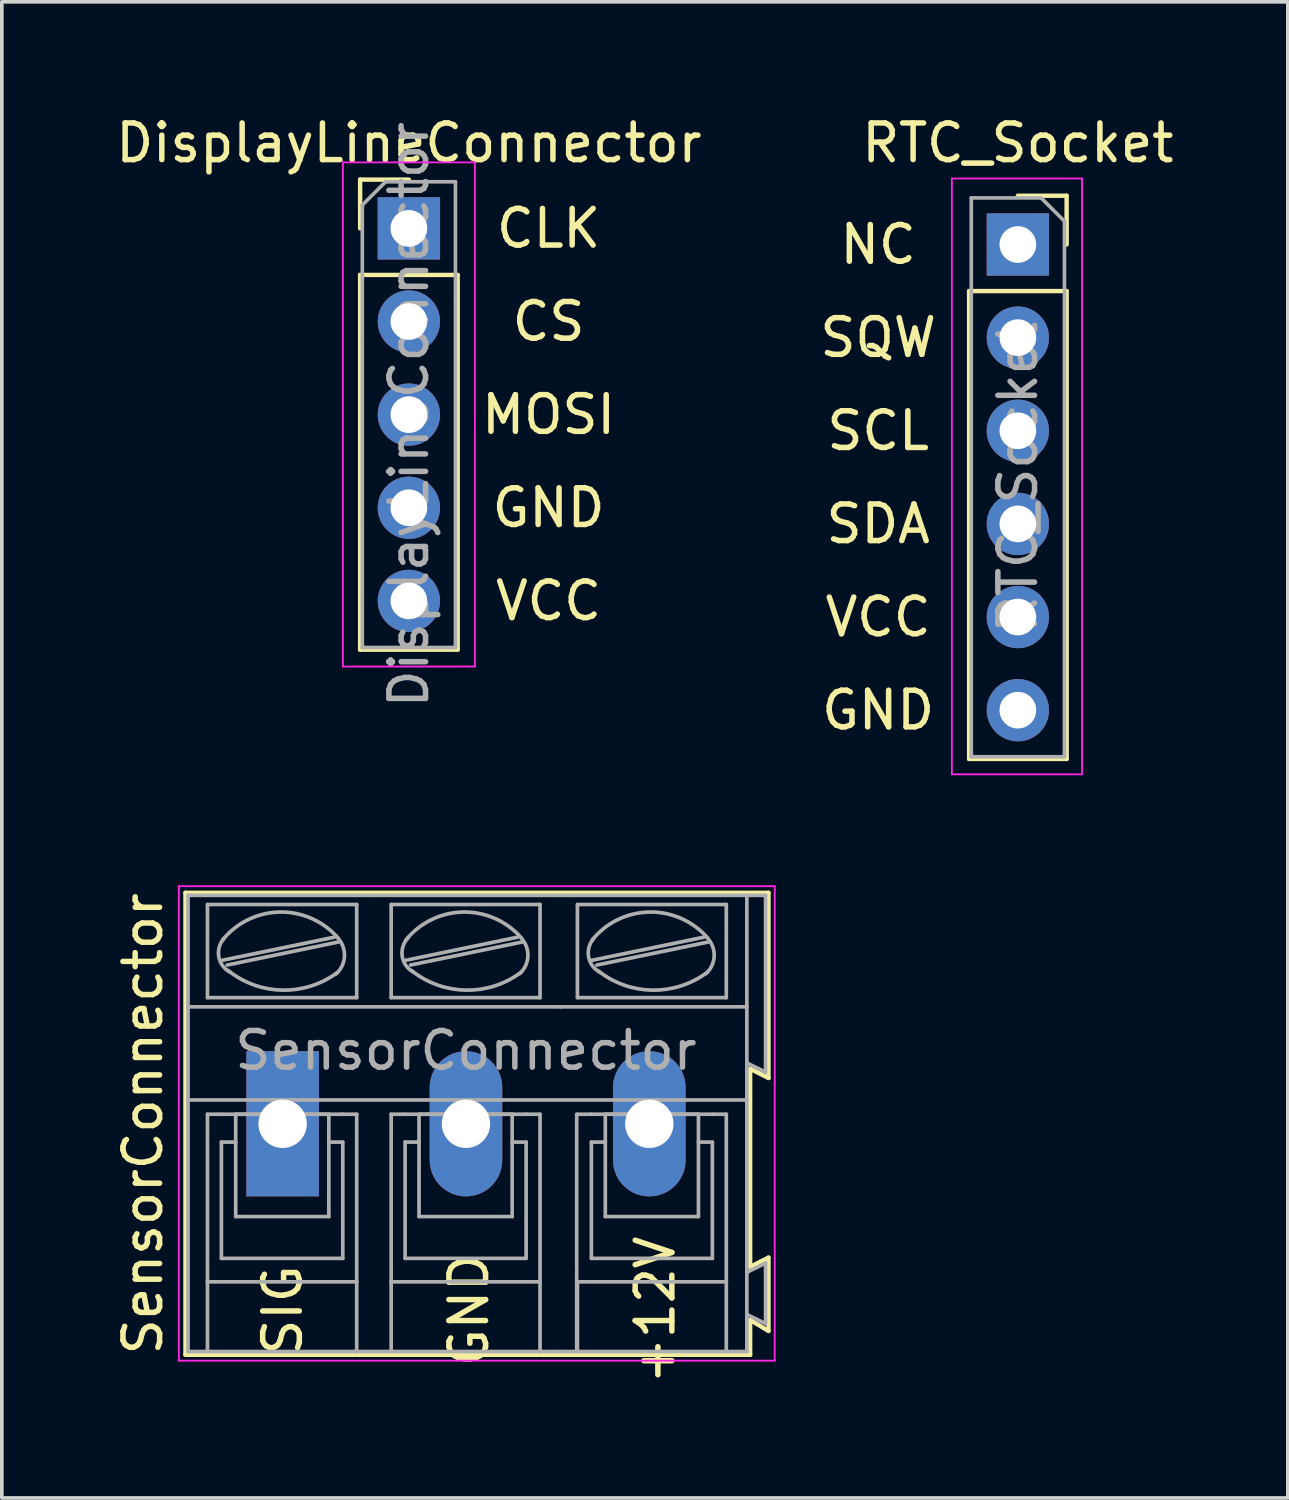
<source format=kicad_pcb>
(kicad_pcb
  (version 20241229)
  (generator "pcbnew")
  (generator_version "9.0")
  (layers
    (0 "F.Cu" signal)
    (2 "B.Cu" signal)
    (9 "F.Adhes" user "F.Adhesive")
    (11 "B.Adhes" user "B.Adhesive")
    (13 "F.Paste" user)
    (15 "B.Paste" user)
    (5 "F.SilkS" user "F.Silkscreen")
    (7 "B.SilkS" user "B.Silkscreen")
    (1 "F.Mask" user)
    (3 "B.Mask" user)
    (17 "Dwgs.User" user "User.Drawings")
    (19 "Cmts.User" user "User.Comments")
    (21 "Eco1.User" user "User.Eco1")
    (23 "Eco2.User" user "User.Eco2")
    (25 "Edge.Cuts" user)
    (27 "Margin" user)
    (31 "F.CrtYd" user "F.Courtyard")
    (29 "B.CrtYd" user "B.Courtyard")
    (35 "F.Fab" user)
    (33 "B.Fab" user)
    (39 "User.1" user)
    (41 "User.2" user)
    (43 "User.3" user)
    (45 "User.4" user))
  (footprint "DisplayLineConnector"
    (layer "F.Cu")
    (at 8.101 3.178)
    (property "Reference" "DisplayLineConnector" (at 0 -2.33 0) (layer "F.SilkS") (effects (font (size 1 1) (thickness 0.15))))
    (attr through_hole)
    (fp_line (start -1.33 -1.33) (end 0 -1.33) (stroke (width 0.12) (type solid)) (layer "F.SilkS"))
    (fp_line (start -1.33 0) (end -1.33 -1.33) (stroke (width 0.12) (type solid)) (layer "F.SilkS"))
    (fp_line (start -1.33 1.27) (end -1.33 11.49) (stroke (width 0.12) (type solid)) (layer "F.SilkS"))
    (fp_line (start -1.33 1.27) (end 1.33 1.27) (stroke (width 0.12) (type solid)) (layer "F.SilkS"))
    (fp_line (start -1.33 11.49) (end 1.33 11.49) (stroke (width 0.12) (type solid)) (layer "F.SilkS"))
    (fp_line (start 1.33 1.27) (end 1.33 11.49) (stroke (width 0.12) (type solid)) (layer "F.SilkS"))
    (fp_line (start -1.8 -1.8) (end -1.8 11.95) (stroke (width 0.05) (type solid)) (layer "F.CrtYd"))
    (fp_line (start -1.8 11.95) (end 1.8 11.95) (stroke (width 0.05) (type solid)) (layer "F.CrtYd"))
    (fp_line (start 1.8 -1.8) (end -1.8 -1.8) (stroke (width 0.05) (type solid)) (layer "F.CrtYd"))
    (fp_line (start 1.8 11.95) (end 1.8 -1.8) (stroke (width 0.05) (type solid)) (layer "F.CrtYd"))
    (fp_line (start -1.27 -0.635) (end -0.635 -1.27) (stroke (width 0.1) (type solid)) (layer "F.Fab"))
    (fp_line (start -1.27 11.43) (end -1.27 -0.635) (stroke (width 0.1) (type solid)) (layer "F.Fab"))
    (fp_line (start -0.635 -1.27) (end 1.27 -1.27) (stroke (width 0.1) (type solid)) (layer "F.Fab"))
    (fp_line (start 1.27 -1.27) (end 1.27 11.43) (stroke (width 0.1) (type solid)) (layer "F.Fab"))
    (fp_line (start 1.27 11.43) (end -1.27 11.43) (stroke (width 0.1) (type solid)) (layer "F.Fab"))
    (fp_text user "CLK" (at 3.81 0 0) (layer "F.SilkS") (effects (font (size 1 1) (thickness 0.15))))
    (fp_text user "MOSI" (at 3.81 5.08 0) (layer "F.SilkS") (effects (font (size 1 1) (thickness 0.15))))
    (fp_text user "VCC" (at 3.81 10.16 0) (layer "F.SilkS") (effects (font (size 1 1) (thickness 0.15))))
    (fp_text user "GND" (at 3.81 7.62 0) (layer "F.SilkS") (effects (font (size 1 1) (thickness 0.15))))
    (fp_text user "CS" (at 3.81 2.54 0) (layer "F.SilkS") (effects (font (size 1 1) (thickness 0.15))))
    (fp_text user "${REFERENCE}" (at 0 5.08 90) (layer "F.Fab") (effects (font (size 1 1) (thickness 0.15))))
    (pad "1" thru_hole rect (at 0 0) (size 1.7 1.7) (drill 1) (layers "*.Cu" "*.Mask"))
    (pad "2" thru_hole oval (at 0 2.54) (size 1.7 1.7) (drill 1) (layers "*.Cu" "*.Mask"))
    (pad "3" thru_hole oval (at 0 5.08) (size 1.7 1.7) (drill 1) (layers "*.Cu" "*.Mask"))
    (pad "4" thru_hole oval (at 0 7.62) (size 1.7 1.7) (drill 1) (layers "*.Cu" "*.Mask"))
    (pad "5" thru_hole oval (at 0 10.16) (size 1.7 1.7) (drill 1) (layers "*.Cu" "*.Mask")))
  (footprint "SensorConnector"
    (layer "F.Cu")
    (at 4.658 27.598)
    (property "Reference" "SensorConnector" (at -3.81 0 90) (layer "F.SilkS") (effects (font (size 1 1) (thickness 0.15))))
    (attr through_hole)
    (fp_line (start -2.65 -6.3) (end -2.65 6.3) (stroke (width 0.12) (type solid)) (layer "F.SilkS"))
    (fp_line (start -2.65 6.3) (end 12.75 6.3) (stroke (width 0.12) (type solid)) (layer "F.SilkS"))
    (fp_line (start 12.75 -1.5) (end 13.25 -1.25) (stroke (width 0.12) (type solid)) (layer "F.SilkS"))
    (fp_line (start 12.75 3.9) (end 12.75 -1.5) (stroke (width 0.12) (type solid)) (layer "F.SilkS"))
    (fp_line (start 12.75 5.35) (end 13.25 5.65) (stroke (width 0.12) (type solid)) (layer "F.SilkS"))
    (fp_line (start 12.75 6.3) (end 12.75 5.35) (stroke (width 0.12) (type solid)) (layer "F.SilkS"))
    (fp_line (start 13.25 -6.3) (end -2.65 -6.3) (stroke (width 0.12) (type solid)) (layer "F.SilkS"))
    (fp_line (start 13.25 -1.25) (end 13.25 -6.3) (stroke (width 0.12) (type solid)) (layer "F.SilkS"))
    (fp_line (start 13.25 3.65) (end 12.75 3.9) (stroke (width 0.12) (type solid)) (layer "F.SilkS"))
    (fp_line (start 13.25 5.65) (end 13.25 3.65) (stroke (width 0.12) (type solid)) (layer "F.SilkS"))
    (fp_line (start -2.83 -6.48) (end -2.83 6.46) (stroke (width 0.05) (type solid)) (layer "F.CrtYd"))
    (fp_line (start -2.83 -6.48) (end 13.42 -6.48) (stroke (width 0.05) (type solid)) (layer "F.CrtYd"))
    (fp_line (start 13.42 6.46) (end -2.83 6.46) (stroke (width 0.05) (type solid)) (layer "F.CrtYd"))
    (fp_line (start 13.42 6.46) (end 13.42 -6.48) (stroke (width 0.05) (type solid)) (layer "F.CrtYd"))
    (fp_line (start -2.58 -6.23) (end 12.66 -6.23) (stroke (width 0.1) (type solid)) (layer "F.Fab"))
    (fp_line (start -2.58 -3.19) (end -2.58 -6.23) (stroke (width 0.1) (type solid)) (layer "F.Fab"))
    (fp_line (start -2.58 -3.19) (end 7.58 -3.19) (stroke (width 0.1) (type solid)) (layer "F.Fab"))
    (fp_line (start -2.58 -0.65) (end -2.58 -3.19) (stroke (width 0.1) (type solid)) (layer "F.Fab"))
    (fp_line (start -2.58 6.21) (end -2.58 -0.65) (stroke (width 0.1) (type solid)) (layer "F.Fab"))
    (fp_line (start -2.58 6.21) (end -2.05 6.21) (stroke (width 0.1) (type solid)) (layer "F.Fab"))
    (fp_line (start -2.05 -3.44) (end -2.05 -5.98) (stroke (width 0.1) (type solid)) (layer "F.Fab"))
    (fp_line (start -2.05 -0.26) (end -2.05 4.31) (stroke (width 0.1) (type solid)) (layer "F.Fab"))
    (fp_line (start -2.05 -0.26) (end -1.67 -0.26) (stroke (width 0.1) (type solid)) (layer "F.Fab"))
    (fp_line (start -2.05 4.31) (end -2.05 6.21) (stroke (width 0.1) (type solid)) (layer "F.Fab"))
    (fp_line (start -2.05 6.21) (end 2.02 6.21) (stroke (width 0.1) (type solid)) (layer "F.Fab"))
    (fp_line (start -1.67 0.5) (end -1.28 0.5) (stroke (width 0.1) (type solid)) (layer "F.Fab"))
    (fp_line (start -1.67 3.67) (end -1.67 0.5) (stroke (width 0.1) (type solid)) (layer "F.Fab"))
    (fp_line (start -1.64 -4.46) (end 1.41 -5.09) (stroke (width 0.1) (type solid)) (layer "F.Fab"))
    (fp_line (start -1.51 -4.33) (end 1.53 -4.96) (stroke (width 0.1) (type solid)) (layer "F.Fab"))
    (fp_line (start -1.28 -0.26) (end 1.26 -0.26) (stroke (width 0.1) (type solid)) (layer "F.Fab"))
    (fp_line (start -1.28 2.53) (end -1.28 -0.26) (stroke (width 0.1) (type solid)) (layer "F.Fab"))
    (fp_line (start -1.28 2.53) (end 1.26 2.53) (stroke (width 0.1) (type solid)) (layer "F.Fab"))
    (fp_line (start 1.26 2.53) (end 1.26 -0.26) (stroke (width 0.1) (type solid)) (layer "F.Fab"))
    (fp_line (start 1.64 -0.26) (end -1.67 -0.26) (stroke (width 0.1) (type solid)) (layer "F.Fab"))
    (fp_line (start 1.64 0.5) (end 1.26 0.5) (stroke (width 0.1) (type solid)) (layer "F.Fab"))
    (fp_line (start 1.64 3.67) (end -1.67 3.67) (stroke (width 0.1) (type solid)) (layer "F.Fab"))
    (fp_line (start 1.64 3.67) (end 1.64 0.5) (stroke (width 0.1) (type solid)) (layer "F.Fab"))
    (fp_line (start 2.02 -5.98) (end -2.05 -5.98) (stroke (width 0.1) (type solid)) (layer "F.Fab"))
    (fp_line (start 2.02 -3.44) (end -2.05 -3.44) (stroke (width 0.1) (type solid)) (layer "F.Fab"))
    (fp_line (start 2.02 -3.44) (end 2.02 -5.98) (stroke (width 0.1) (type solid)) (layer "F.Fab"))
    (fp_line (start 2.02 -0.26) (end 1.64 -0.26) (stroke (width 0.1) (type solid)) (layer "F.Fab"))
    (fp_line (start 2.02 4.31) (end -2.05 4.31) (stroke (width 0.1) (type solid)) (layer "F.Fab"))
    (fp_line (start 2.02 4.31) (end 2.02 -0.26) (stroke (width 0.1) (type solid)) (layer "F.Fab"))
    (fp_line (start 2.02 6.21) (end 2.02 4.31) (stroke (width 0.1) (type solid)) (layer "F.Fab"))
    (fp_line (start 2.02 6.21) (end 2.96 6.21) (stroke (width 0.1) (type solid)) (layer "F.Fab"))
    (fp_line (start 2.96 -5.98) (end 7.02 -5.98) (stroke (width 0.1) (type solid)) (layer "F.Fab"))
    (fp_line (start 2.96 -3.44) (end 2.96 -5.98) (stroke (width 0.1) (type solid)) (layer "F.Fab"))
    (fp_line (start 2.96 -0.26) (end 3.34 -0.26) (stroke (width 0.1) (type solid)) (layer "F.Fab"))
    (fp_line (start 2.96 4.31) (end 2.96 -0.26) (stroke (width 0.1) (type solid)) (layer "F.Fab"))
    (fp_line (start 2.96 4.31) (end 7.02 4.31) (stroke (width 0.1) (type solid)) (layer "F.Fab"))
    (fp_line (start 2.96 6.21) (end 2.96 4.31) (stroke (width 0.1) (type solid)) (layer "F.Fab"))
    (fp_line (start 2.96 6.21) (end 7.02 6.21) (stroke (width 0.1) (type solid)) (layer "F.Fab"))
    (fp_line (start 3.34 -0.26) (end 6.64 -0.26) (stroke (width 0.1) (type solid)) (layer "F.Fab"))
    (fp_line (start 3.34 0.5) (end 3.72 0.5) (stroke (width 0.1) (type solid)) (layer "F.Fab"))
    (fp_line (start 3.34 3.67) (end 3.34 0.5) (stroke (width 0.1) (type solid)) (layer "F.Fab"))
    (fp_line (start 3.36 -4.46) (end 6.41 -5.09) (stroke (width 0.1) (type solid)) (layer "F.Fab"))
    (fp_line (start 3.49 -4.33) (end 6.54 -4.96) (stroke (width 0.1) (type solid)) (layer "F.Fab"))
    (fp_line (start 3.72 -0.26) (end 6.26 -0.26) (stroke (width 0.1) (type solid)) (layer "F.Fab"))
    (fp_line (start 3.72 2.53) (end 3.72 -0.26) (stroke (width 0.1) (type solid)) (layer "F.Fab"))
    (fp_line (start 3.72 2.53) (end 6.26 2.53) (stroke (width 0.1) (type solid)) (layer "F.Fab"))
    (fp_line (start 6.26 2.53) (end 6.26 -0.26) (stroke (width 0.1) (type solid)) (layer "F.Fab"))
    (fp_line (start 6.64 0.5) (end 6.26 0.5) (stroke (width 0.1) (type solid)) (layer "F.Fab"))
    (fp_line (start 6.64 3.67) (end 3.34 3.67) (stroke (width 0.1) (type solid)) (layer "F.Fab"))
    (fp_line (start 6.64 3.67) (end 6.64 0.5) (stroke (width 0.1) (type solid)) (layer "F.Fab"))
    (fp_line (start 7.02 -5.98) (end 7.02 -3.44) (stroke (width 0.1) (type solid)) (layer "F.Fab"))
    (fp_line (start 7.02 -3.44) (end 2.96 -3.44) (stroke (width 0.1) (type solid)) (layer "F.Fab"))
    (fp_line (start 7.02 -0.26) (end 6.64 -0.26) (stroke (width 0.1) (type solid)) (layer "F.Fab"))
    (fp_line (start 7.02 -0.26) (end 7.02 4.31) (stroke (width 0.1) (type solid)) (layer "F.Fab"))
    (fp_line (start 7.02 4.31) (end 7.02 6.21) (stroke (width 0.1) (type solid)) (layer "F.Fab"))
    (fp_line (start 7.02 6.21) (end 7.58 6.21) (stroke (width 0.1) (type solid)) (layer "F.Fab"))
    (fp_line (start 7.58 -3.19) (end 12.6 -3.19) (stroke (width 0.1) (type solid)) (layer "F.Fab"))
    (fp_line (start 8.02 3.99) (end 8.02 -0.26) (stroke (width 0.1) (type solid)) (layer "F.Fab"))
    (fp_line (start 8.02 4.05) (end 8.02 5.2) (stroke (width 0.1) (type solid)) (layer "F.Fab"))
    (fp_line (start 8.02 5.2) (end 8.02 6.21) (stroke (width 0.1) (type solid)) (layer "F.Fab"))
    (fp_line (start 8.04 -5.98) (end 12.1 -5.98) (stroke (width 0.1) (type solid)) (layer "F.Fab"))
    (fp_line (start 8.04 -3.44) (end 8.04 -5.98) (stroke (width 0.1) (type solid)) (layer "F.Fab"))
    (fp_line (start 8.04 -0.26) (end 8.42 -0.26) (stroke (width 0.1) (type solid)) (layer "F.Fab"))
    (fp_line (start 8.04 4.31) (end 12.1 4.31) (stroke (width 0.1) (type solid)) (layer "F.Fab"))
    (fp_line (start 8.04 6.21) (end 8.04 4.31) (stroke (width 0.1) (type solid)) (layer "F.Fab"))
    (fp_line (start 8.42 -0.26) (end 11.72 -0.26) (stroke (width 0.1) (type solid)) (layer "F.Fab"))
    (fp_line (start 8.42 0.5) (end 8.8 0.5) (stroke (width 0.1) (type solid)) (layer "F.Fab"))
    (fp_line (start 8.42 3.67) (end 8.42 0.5) (stroke (width 0.1) (type solid)) (layer "F.Fab"))
    (fp_line (start 8.44 -4.46) (end 11.49 -5.09) (stroke (width 0.1) (type solid)) (layer "F.Fab"))
    (fp_line (start 8.57 -4.33) (end 11.62 -4.96) (stroke (width 0.1) (type solid)) (layer "F.Fab"))
    (fp_line (start 8.8 -0.26) (end 11.34 -0.26) (stroke (width 0.1) (type solid)) (layer "F.Fab"))
    (fp_line (start 8.8 2.53) (end 8.8 -0.26) (stroke (width 0.1) (type solid)) (layer "F.Fab"))
    (fp_line (start 8.8 2.53) (end 11.34 2.53) (stroke (width 0.1) (type solid)) (layer "F.Fab"))
    (fp_line (start 11.34 2.53) (end 11.34 -0.26) (stroke (width 0.1) (type solid)) (layer "F.Fab"))
    (fp_line (start 11.72 0.5) (end 11.34 0.5) (stroke (width 0.1) (type solid)) (layer "F.Fab"))
    (fp_line (start 11.72 3.67) (end 8.42 3.67) (stroke (width 0.1) (type solid)) (layer "F.Fab"))
    (fp_line (start 11.72 3.67) (end 11.72 0.5) (stroke (width 0.1) (type solid)) (layer "F.Fab"))
    (fp_line (start 12.09 6.21) (end 7.58 6.21) (stroke (width 0.1) (type solid)) (layer "F.Fab"))
    (fp_line (start 12.1 -5.98) (end 12.1 -3.44) (stroke (width 0.1) (type solid)) (layer "F.Fab"))
    (fp_line (start 12.1 -3.44) (end 8.04 -3.44) (stroke (width 0.1) (type solid)) (layer "F.Fab"))
    (fp_line (start 12.1 -0.26) (end 11.72 -0.26) (stroke (width 0.1) (type solid)) (layer "F.Fab"))
    (fp_line (start 12.1 -0.26) (end 12.1 4.31) (stroke (width 0.1) (type solid)) (layer "F.Fab"))
    (fp_line (start 12.1 4.31) (end 12.1 6.21) (stroke (width 0.1) (type solid)) (layer "F.Fab"))
    (fp_line (start 12.1 6.21) (end 12.66 6.21) (stroke (width 0.1) (type solid)) (layer "F.Fab"))
    (fp_line (start 12.66 -6.23) (end 12.66 -3.19) (stroke (width 0.1) (type solid)) (layer "F.Fab"))
    (fp_line (start 12.66 -6.23) (end 13.17 -6.23) (stroke (width 0.1) (type solid)) (layer "F.Fab"))
    (fp_line (start 12.66 -3.19) (end 12.66 -1.66) (stroke (width 0.1) (type solid)) (layer "F.Fab"))
    (fp_line (start 12.66 -1.66) (end 12.66 -0.65) (stroke (width 0.1) (type solid)) (layer "F.Fab"))
    (fp_line (start 12.66 -0.65) (end -2.52 -0.65) (stroke (width 0.1) (type solid)) (layer "F.Fab"))
    (fp_line (start 12.66 -0.65) (end 12.66 4.05) (stroke (width 0.1) (type solid)) (layer "F.Fab"))
    (fp_line (start 12.66 4.05) (end 12.66 5.2) (stroke (width 0.1) (type solid)) (layer "F.Fab"))
    (fp_line (start 12.66 5.2) (end 12.66 6.21) (stroke (width 0.1) (type solid)) (layer "F.Fab"))
    (fp_line (start 13.17 -6.23) (end 13.17 -1.41) (stroke (width 0.1) (type solid)) (layer "F.Fab"))
    (fp_line (start 13.17 -1.41) (end 12.66 -1.66) (stroke (width 0.1) (type solid)) (layer "F.Fab"))
    (fp_line (start 13.17 3.8) (end 12.66 4.05) (stroke (width 0.1) (type solid)) (layer "F.Fab"))
    (fp_line (start 13.17 3.8) (end 13.17 5.45) (stroke (width 0.1) (type solid)) (layer "F.Fab"))
    (fp_line (start 13.17 5.45) (end 12.66 5.2) (stroke (width 0.1) (type solid)) (layer "F.Fab"))
    (fp_arc (start -1.64 -5.01) (mid -0.080263 -5.774867) (end 1.508239 -5.071686) (stroke (width 0.1) (type solid)) (layer "F.Fab"))
    (fp_arc (start -1.44 -4.14) (mid -1.742324 -4.561515) (end -1.595426 -5.059005) (stroke (width 0.1) (type solid)) (layer "F.Fab"))
    (fp_arc (start 1.5 -4.13) (mid 0.000583 -3.644318) (end -1.482333 -4.178263) (stroke (width 0.1) (type solid)) (layer "F.Fab"))
    (fp_arc (start 1.51 -5.06) (mid 1.685733 -4.561652) (end 1.455532 -4.086005) (stroke (width 0.1) (type solid)) (layer "F.Fab"))
    (fp_arc (start 3.36 -5.01) (mid 4.919737 -5.774867) (end 6.508239 -5.071686) (stroke (width 0.1) (type solid)) (layer "F.Fab"))
    (fp_arc (start 3.56 -4.14) (mid 3.261534 -4.569406) (end 3.417028 -5.068699) (stroke (width 0.1) (type solid)) (layer "F.Fab"))
    (fp_arc (start 6.5 -4.13) (mid 5.000583 -3.644318) (end 3.517667 -4.178263) (stroke (width 0.1) (type solid)) (layer "F.Fab"))
    (fp_arc (start 6.51 -5.06) (mid 6.688693 -4.568754) (end 6.465619 -4.096005) (stroke (width 0.1) (type solid)) (layer "F.Fab"))
    (fp_arc (start 8.44 -5.01) (mid 9.999737 -5.774867) (end 11.588239 -5.071686) (stroke (width 0.1) (type solid)) (layer "F.Fab"))
    (fp_arc (start 8.64 -4.14) (mid 8.341534 -4.569406) (end 8.497028 -5.068699) (stroke (width 0.1) (type solid)) (layer "F.Fab"))
    (fp_arc (start 11.58 -4.13) (mid 10.080583 -3.644318) (end 8.597667 -4.178263) (stroke (width 0.1) (type solid)) (layer "F.Fab"))
    (fp_arc (start 11.59 -5.06) (mid 11.768693 -4.568754) (end 11.545619 -4.096005) (stroke (width 0.1) (type solid)) (layer "F.Fab"))
    (fp_text user "GND" (at 5.08 5.08 90) (layer "F.SilkS") (effects (font (size 1 1) (thickness 0.15))))
    (fp_text user "SIG" (at 0 5.08 90) (layer "F.SilkS") (effects (font (size 1 1) (thickness 0.15))))
    (fp_text user "+12V" (at 10.16 5.08 90) (layer "F.SilkS") (effects (font (size 1 1) (thickness 0.15))))
    (fp_text user "${REFERENCE}" (at 5 -2 0) (layer "F.Fab") (effects (font (size 1 1) (thickness 0.15))))
    (pad "1" thru_hole rect (at 0 0) (size 1.98 3.96) (drill 1.32) (layers "*.Cu" "*.Mask"))
    (pad "2" thru_hole oval (at 5 0) (size 1.98 3.96) (drill 1.32) (layers "*.Cu" "*.Mask"))
    (pad "3" thru_hole oval (at 10 0) (size 1.98 3.96) (drill 1.32) (layers "*.Cu" "*.Mask")))
  (footprint "RTC_Socket"
    (layer "F.Cu")
    (at 24.709 3.618)
    (property "Reference" "RTC_Socket" (at 0 -2.77 0) (layer "F.SilkS") (effects (font (size 1 1) (thickness 0.15))))
    (attr through_hole)
    (fp_line (start -1.33 1.27) (end -1.33 14.03) (stroke (width 0.12) (type solid)) (layer "F.SilkS"))
    (fp_line (start -1.33 1.27) (end 1.33 1.27) (stroke (width 0.12) (type solid)) (layer "F.SilkS"))
    (fp_line (start -1.33 14.03) (end 1.33 14.03) (stroke (width 0.12) (type solid)) (layer "F.SilkS"))
    (fp_line (start 0 -1.33) (end 1.33 -1.33) (stroke (width 0.12) (type solid)) (layer "F.SilkS"))
    (fp_line (start 1.33 -1.33) (end 1.33 0) (stroke (width 0.12) (type solid)) (layer "F.SilkS"))
    (fp_line (start 1.33 1.27) (end 1.33 14.03) (stroke (width 0.12) (type solid)) (layer "F.SilkS"))
    (fp_line (start -1.8 -1.8) (end 1.75 -1.8) (stroke (width 0.05) (type solid)) (layer "F.CrtYd"))
    (fp_line (start -1.8 14.45) (end -1.8 -1.8) (stroke (width 0.05) (type solid)) (layer "F.CrtYd"))
    (fp_line (start 1.75 -1.8) (end 1.75 14.45) (stroke (width 0.05) (type solid)) (layer "F.CrtYd"))
    (fp_line (start 1.75 14.45) (end -1.8 14.45) (stroke (width 0.05) (type solid)) (layer "F.CrtYd"))
    (fp_line (start -1.27 -1.27) (end 0.635 -1.27) (stroke (width 0.1) (type solid)) (layer "F.Fab"))
    (fp_line (start -1.27 13.97) (end -1.27 -1.27) (stroke (width 0.1) (type solid)) (layer "F.Fab"))
    (fp_line (start 0.635 -1.27) (end 1.27 -0.635) (stroke (width 0.1) (type solid)) (layer "F.Fab"))
    (fp_line (start 1.27 -0.635) (end 1.27 13.97) (stroke (width 0.1) (type solid)) (layer "F.Fab"))
    (fp_line (start 1.27 13.97) (end -1.27 13.97) (stroke (width 0.1) (type solid)) (layer "F.Fab"))
    (fp_text user "SDA" (at -3.81 7.62 0) (layer "F.SilkS") (effects (font (size 1 1) (thickness 0.15))))
    (fp_text user "SCL" (at -3.81 5.08 0) (layer "F.SilkS") (effects (font (size 1 1) (thickness 0.15))))
    (fp_text user "SQW" (at -3.81 2.54 0) (layer "F.SilkS") (effects (font (size 1 1) (thickness 0.15))))
    (fp_text user "VCC" (at -3.81 10.16 0) (layer "F.SilkS") (effects (font (size 1 1) (thickness 0.15))))
    (fp_text user "NC" (at -3.81 0 0) (layer "F.SilkS") (effects (font (size 1 1) (thickness 0.15))))
    (fp_text user "GND" (at -3.81 12.7 0) (layer "F.SilkS") (effects (font (size 1 1) (thickness 0.15))))
    (fp_text user "${REFERENCE}" (at 0 6.35 90) (layer "F.Fab") (effects (font (size 1 1) (thickness 0.15))))
    (pad "1" thru_hole rect (at 0 0) (size 1.7 1.7) (drill 1) (layers "*.Cu" "*.Mask"))
    (pad "2" thru_hole oval (at 0 2.54) (size 1.7 1.7) (drill 1) (layers "*.Cu" "*.Mask"))
    (pad "3" thru_hole oval (at 0 5.08) (size 1.7 1.7) (drill 1) (layers "*.Cu" "*.Mask"))
    (pad "4" thru_hole oval (at 0 7.62) (size 1.7 1.7) (drill 1) (layers "*.Cu" "*.Mask"))
    (pad "5" thru_hole oval (at 0 10.16) (size 1.7 1.7) (drill 1) (layers "*.Cu" "*.Mask"))
    (pad "6" thru_hole oval (at 0 12.7) (size 1.7 1.7) (drill 1) (layers "*.Cu" "*.Mask")))
  (gr_rect
    (start -3 -3)
    (end 32.072 37.803)
    (stroke (width 0.1) (type default))
    (fill no)
    (layer "Edge.Cuts")))
</source>
